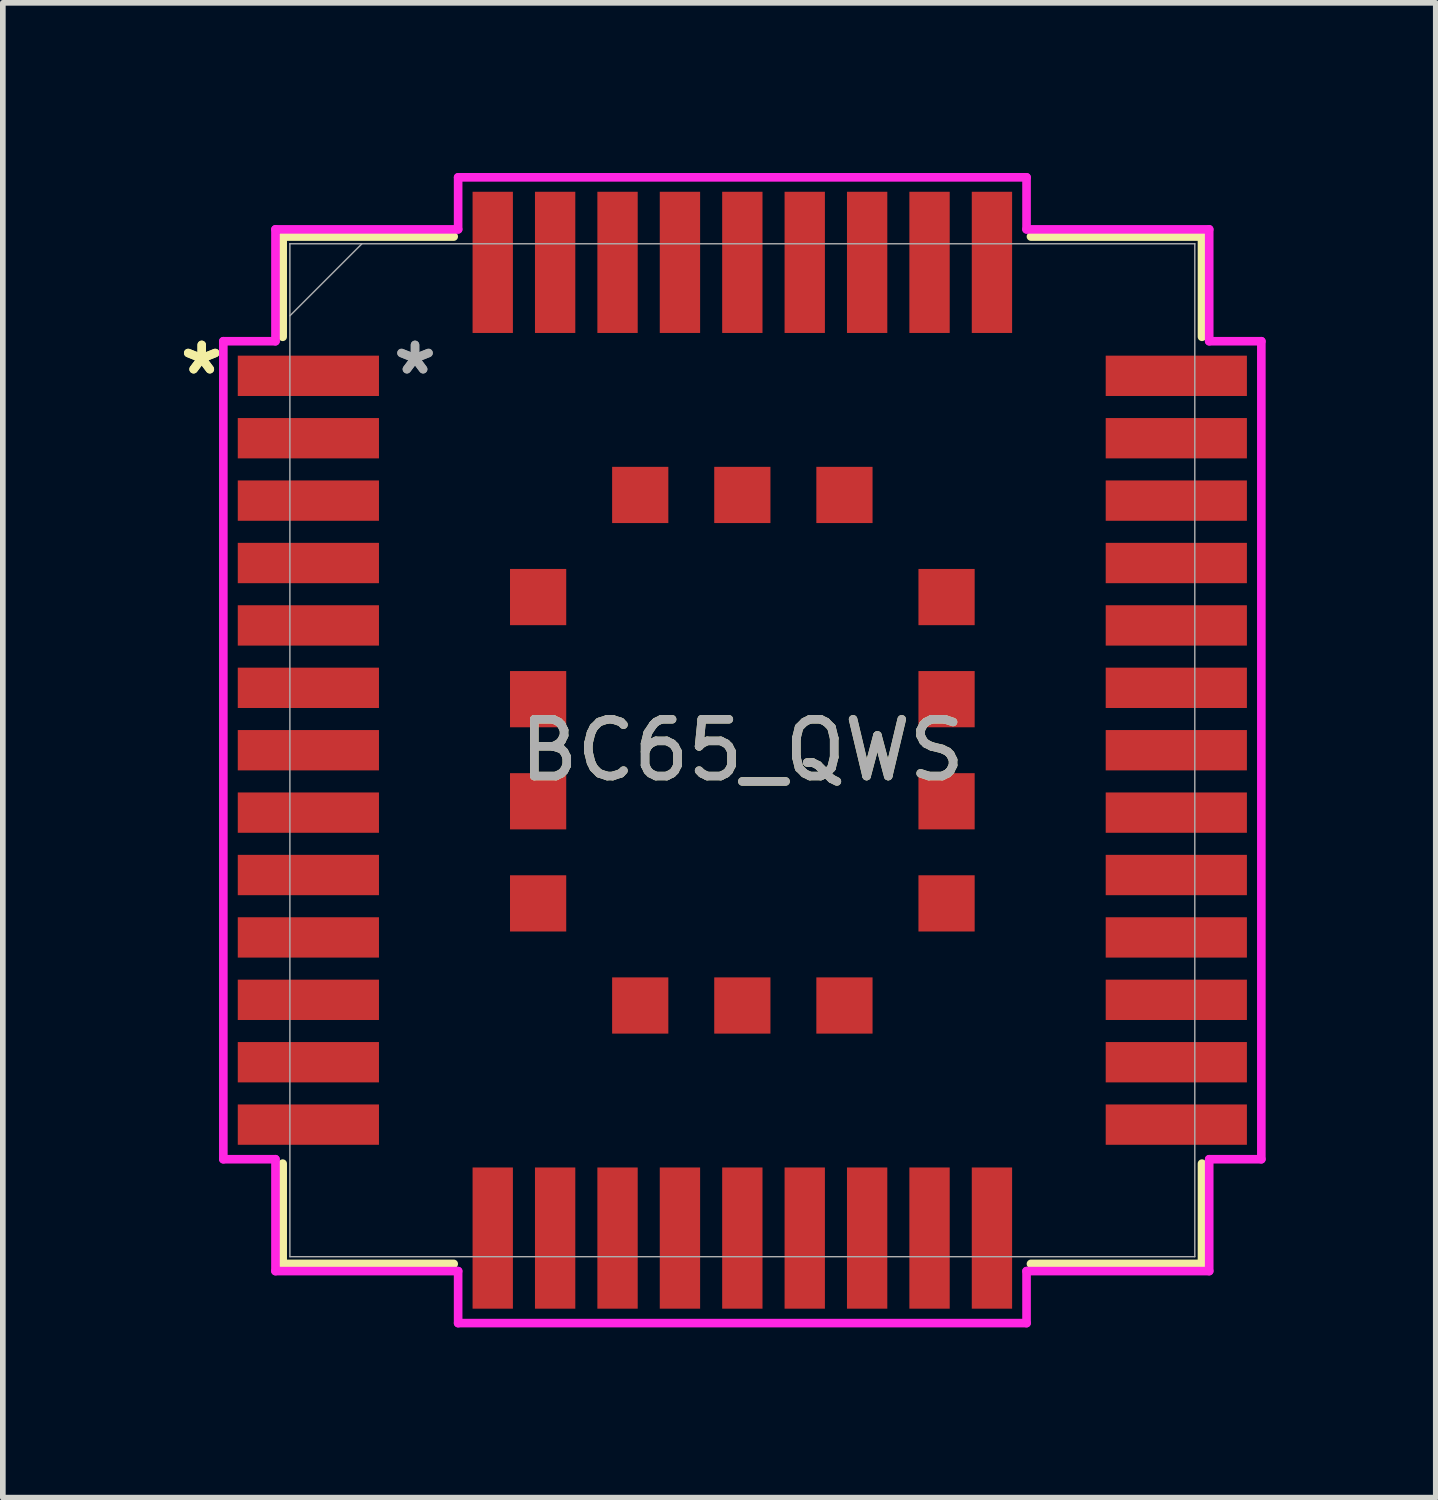
<source format=kicad_pcb>
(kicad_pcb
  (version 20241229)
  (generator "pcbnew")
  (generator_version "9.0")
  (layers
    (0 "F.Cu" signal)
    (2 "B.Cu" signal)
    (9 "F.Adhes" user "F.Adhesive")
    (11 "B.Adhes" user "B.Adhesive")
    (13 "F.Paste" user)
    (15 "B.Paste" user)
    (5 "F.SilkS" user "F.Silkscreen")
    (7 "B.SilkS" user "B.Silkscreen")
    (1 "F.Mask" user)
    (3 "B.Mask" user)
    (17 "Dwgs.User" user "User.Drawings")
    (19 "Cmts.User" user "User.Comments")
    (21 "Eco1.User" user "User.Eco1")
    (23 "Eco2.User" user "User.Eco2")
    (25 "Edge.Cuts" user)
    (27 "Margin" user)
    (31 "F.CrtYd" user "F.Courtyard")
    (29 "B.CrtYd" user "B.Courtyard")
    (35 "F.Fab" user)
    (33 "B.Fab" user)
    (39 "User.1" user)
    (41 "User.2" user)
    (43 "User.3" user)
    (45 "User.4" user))
  (footprint "BC65_QWS"
    (layer "F.Cu")
    (at 10.036 10.175)
    (property "Reference" "BC65_QWS" (at 0 0 0) (unlocked yes) (layer "F.SilkS") (effects (font (size 1 1) (thickness 0.15))))
    (attr smd)
    (fp_line (start -8.103 -9.055) (end -8.103 -7.288) (stroke (width 0.152) (type solid)) (layer "F.SilkS"))
    (fp_line (start -8.103 7.288) (end -8.103 9.055) (stroke (width 0.152) (type solid)) (layer "F.SilkS"))
    (fp_line (start -8.103 9.055) (end -5.088 9.055) (stroke (width 0.152) (type solid)) (layer "F.SilkS"))
    (fp_line (start -5.088 -9.055) (end -8.103 -9.055) (stroke (width 0.152) (type solid)) (layer "F.SilkS"))
    (fp_line (start 5.088 9.055) (end 8.103 9.055) (stroke (width 0.152) (type solid)) (layer "F.SilkS"))
    (fp_line (start 8.103 -9.055) (end 5.088 -9.055) (stroke (width 0.152) (type solid)) (layer "F.SilkS"))
    (fp_line (start 8.103 -7.288) (end 8.103 -9.055) (stroke (width 0.152) (type solid)) (layer "F.SilkS"))
    (fp_line (start 8.103 9.055) (end 8.103 7.288) (stroke (width 0.152) (type solid)) (layer "F.SilkS"))
    (fp_line (start -9.149 -7.21) (end -8.23 -7.21) (stroke (width 0.152) (type solid)) (layer "F.CrtYd"))
    (fp_line (start -9.149 7.21) (end -9.149 -7.21) (stroke (width 0.152) (type solid)) (layer "F.CrtYd"))
    (fp_line (start -8.23 -9.182) (end -5.01 -9.182) (stroke (width 0.152) (type solid)) (layer "F.CrtYd"))
    (fp_line (start -8.23 -7.21) (end -8.23 -9.182) (stroke (width 0.152) (type solid)) (layer "F.CrtYd"))
    (fp_line (start -8.23 7.21) (end -9.149 7.21) (stroke (width 0.152) (type solid)) (layer "F.CrtYd"))
    (fp_line (start -8.23 9.182) (end -8.23 7.21) (stroke (width 0.152) (type solid)) (layer "F.CrtYd"))
    (fp_line (start -5.01 -10.099) (end 5.01 -10.099) (stroke (width 0.152) (type solid)) (layer "F.CrtYd"))
    (fp_line (start -5.01 -9.182) (end -5.01 -10.099) (stroke (width 0.152) (type solid)) (layer "F.CrtYd"))
    (fp_line (start -5.01 9.182) (end -8.23 9.182) (stroke (width 0.152) (type solid)) (layer "F.CrtYd"))
    (fp_line (start -5.01 10.099) (end -5.01 9.182) (stroke (width 0.152) (type solid)) (layer "F.CrtYd"))
    (fp_line (start 5.01 -10.099) (end 5.01 -9.182) (stroke (width 0.152) (type solid)) (layer "F.CrtYd"))
    (fp_line (start 5.01 -9.182) (end 8.23 -9.182) (stroke (width 0.152) (type solid)) (layer "F.CrtYd"))
    (fp_line (start 5.01 9.182) (end 5.01 10.099) (stroke (width 0.152) (type solid)) (layer "F.CrtYd"))
    (fp_line (start 5.01 10.099) (end -5.01 10.099) (stroke (width 0.152) (type solid)) (layer "F.CrtYd"))
    (fp_line (start 8.23 -9.182) (end 8.23 -7.21) (stroke (width 0.152) (type solid)) (layer "F.CrtYd"))
    (fp_line (start 8.23 -7.21) (end 9.149 -7.21) (stroke (width 0.152) (type solid)) (layer "F.CrtYd"))
    (fp_line (start 8.23 7.21) (end 8.23 9.182) (stroke (width 0.152) (type solid)) (layer "F.CrtYd"))
    (fp_line (start 8.23 9.182) (end 5.01 9.182) (stroke (width 0.152) (type solid)) (layer "F.CrtYd"))
    (fp_line (start 9.149 -7.21) (end 9.149 7.21) (stroke (width 0.152) (type solid)) (layer "F.CrtYd"))
    (fp_line (start 9.149 7.21) (end 8.23 7.21) (stroke (width 0.152) (type solid)) (layer "F.CrtYd"))
    (fp_line (start -7.976 -8.928) (end -7.976 8.928) (stroke (width 0.025) (type solid)) (layer "F.Fab"))
    (fp_line (start -7.976 -7.658) (end -6.706 -8.928) (stroke (width 0.025) (type solid)) (layer "F.Fab"))
    (fp_line (start -7.976 8.928) (end 7.976 8.928) (stroke (width 0.025) (type solid)) (layer "F.Fab"))
    (fp_line (start 7.976 -8.928) (end -7.976 -8.928) (stroke (width 0.025) (type solid)) (layer "F.Fab"))
    (fp_line (start 7.976 8.928) (end 7.976 -8.928) (stroke (width 0.025) (type solid)) (layer "F.Fab"))
    (fp_text user "*" (at -9.53 -6.6 0) (layer "F.SilkS") (effects (font (size 1 1) (thickness 0.15))))
    (fp_text user "*" (at -9.53 -6.6 0) (unlocked yes) (layer "F.SilkS") (effects (font (size 1 1) (thickness 0.15))))
    (fp_text user "*" (at -5.77 -6.6 0) (unlocked yes) (layer "F.Fab") (effects (font (size 1 1) (thickness 0.15))))
    (fp_text user "*" (at -5.77 -6.6 0) (layer "F.Fab") (effects (font (size 1 1) (thickness 0.15))))
    (fp_text user "${REFERENCE}" (at 0 0 0) (unlocked yes) (layer "F.Fab") (effects (font (size 1 1) (thickness 0.15))))
    (pad "1" smd rect (at -7.65 -6.6) (size 2.489 0.711) (layers "F.Cu" "F.Mask" "F.Paste"))
    (pad "2" smd rect (at -7.65 -5.5) (size 2.489 0.711) (layers "F.Cu" "F.Mask" "F.Paste"))
    (pad "3" smd rect (at -7.65 -4.4) (size 2.489 0.711) (layers "F.Cu" "F.Mask" "F.Paste"))
    (pad "4" smd rect (at -7.65 -3.3) (size 2.489 0.711) (layers "F.Cu" "F.Mask" "F.Paste"))
    (pad "5" smd rect (at -7.65 -2.2) (size 2.489 0.711) (layers "F.Cu" "F.Mask" "F.Paste"))
    (pad "6" smd rect (at -7.65 -1.1) (size 2.489 0.711) (layers "F.Cu" "F.Mask" "F.Paste"))
    (pad "7" smd rect (at -7.65 0) (size 2.489 0.711) (layers "F.Cu" "F.Mask" "F.Paste"))
    (pad "8" smd rect (at -7.65 1.1) (size 2.489 0.711) (layers "F.Cu" "F.Mask" "F.Paste"))
    (pad "9" smd rect (at -7.65 2.2) (size 2.489 0.711) (layers "F.Cu" "F.Mask" "F.Paste"))
    (pad "10" smd rect (at -7.65 3.3) (size 2.489 0.711) (layers "F.Cu" "F.Mask" "F.Paste"))
    (pad "11" smd rect (at -7.65 4.4) (size 2.489 0.711) (layers "F.Cu" "F.Mask" "F.Paste"))
    (pad "12" smd rect (at -7.65 5.5) (size 2.489 0.711) (layers "F.Cu" "F.Mask" "F.Paste"))
    (pad "13" smd rect (at -7.65 6.6) (size 2.489 0.711) (layers "F.Cu" "F.Mask" "F.Paste"))
    (pad "14" smd rect (at -4.4 8.6 90) (size 2.489 0.711) (layers "F.Cu" "F.Mask" "F.Paste"))
    (pad "15" smd rect (at -3.3 8.6 90) (size 2.489 0.711) (layers "F.Cu" "F.Mask" "F.Paste"))
    (pad "16" smd rect (at -2.2 8.6 90) (size 2.489 0.711) (layers "F.Cu" "F.Mask" "F.Paste"))
    (pad "17" smd rect (at -1.1 8.6 90) (size 2.489 0.711) (layers "F.Cu" "F.Mask" "F.Paste"))
    (pad "18" smd rect (at 0 8.6 90) (size 2.489 0.711) (layers "F.Cu" "F.Mask" "F.Paste"))
    (pad "19" smd rect (at 1.1 8.6 90) (size 2.489 0.711) (layers "F.Cu" "F.Mask" "F.Paste"))
    (pad "20" smd rect (at 2.2 8.6 90) (size 2.489 0.711) (layers "F.Cu" "F.Mask" "F.Paste"))
    (pad "21" smd rect (at 3.3 8.6 90) (size 2.489 0.711) (layers "F.Cu" "F.Mask" "F.Paste"))
    (pad "22" smd rect (at 4.4 8.6 90) (size 2.489 0.711) (layers "F.Cu" "F.Mask" "F.Paste"))
    (pad "23" smd rect (at 7.65 6.6) (size 2.489 0.711) (layers "F.Cu" "F.Mask" "F.Paste"))
    (pad "24" smd rect (at 7.65 5.5) (size 2.489 0.711) (layers "F.Cu" "F.Mask" "F.Paste"))
    (pad "25" smd rect (at 7.65 4.4) (size 2.489 0.711) (layers "F.Cu" "F.Mask" "F.Paste"))
    (pad "26" smd rect (at 7.65 3.3) (size 2.489 0.711) (layers "F.Cu" "F.Mask" "F.Paste"))
    (pad "27" smd rect (at 7.65 2.2) (size 2.489 0.711) (layers "F.Cu" "F.Mask" "F.Paste"))
    (pad "28" smd rect (at 7.65 1.1) (size 2.489 0.711) (layers "F.Cu" "F.Mask" "F.Paste"))
    (pad "29" smd rect (at 7.65 0) (size 2.489 0.711) (layers "F.Cu" "F.Mask" "F.Paste"))
    (pad "30" smd rect (at 7.65 -1.1) (size 2.489 0.711) (layers "F.Cu" "F.Mask" "F.Paste"))
    (pad "31" smd rect (at 7.65 -2.2) (size 2.489 0.711) (layers "F.Cu" "F.Mask" "F.Paste"))
    (pad "32" smd rect (at 7.65 -3.3) (size 2.489 0.711) (layers "F.Cu" "F.Mask" "F.Paste"))
    (pad "33" smd rect (at 7.65 -4.4) (size 2.489 0.711) (layers "F.Cu" "F.Mask" "F.Paste"))
    (pad "34" smd rect (at 7.65 -5.5) (size 2.489 0.711) (layers "F.Cu" "F.Mask" "F.Paste"))
    (pad "35" smd rect (at 7.65 -6.6) (size 2.489 0.711) (layers "F.Cu" "F.Mask" "F.Paste"))
    (pad "36" smd rect (at 4.4 -8.6 90) (size 2.489 0.711) (layers "F.Cu" "F.Mask" "F.Paste"))
    (pad "37" smd rect (at 3.3 -8.6 90) (size 2.489 0.711) (layers "F.Cu" "F.Mask" "F.Paste"))
    (pad "38" smd rect (at 2.2 -8.6 90) (size 2.489 0.711) (layers "F.Cu" "F.Mask" "F.Paste"))
    (pad "39" smd rect (at 1.1 -8.6 90) (size 2.489 0.711) (layers "F.Cu" "F.Mask" "F.Paste"))
    (pad "40" smd rect (at 0 -8.6 90) (size 2.489 0.711) (layers "F.Cu" "F.Mask" "F.Paste"))
    (pad "41" smd rect (at -1.1 -8.6 90) (size 2.489 0.711) (layers "F.Cu" "F.Mask" "F.Paste"))
    (pad "42" smd rect (at -2.2 -8.6 90) (size 2.489 0.711) (layers "F.Cu" "F.Mask" "F.Paste"))
    (pad "43" smd rect (at -3.3 -8.6 90) (size 2.489 0.711) (layers "F.Cu" "F.Mask" "F.Paste"))
    (pad "44" smd rect (at -4.4 -8.6 90) (size 2.489 0.711) (layers "F.Cu" "F.Mask" "F.Paste"))
    (pad "45" smd rect (at -3.6 -2.7) (size 0.991 0.991) (layers "F.Cu" "F.Mask"))
    (pad "46" smd rect (at -3.6 -0.9) (size 0.991 0.991) (layers "F.Cu" "F.Mask"))
    (pad "47" smd rect (at -3.6 0.9) (size 0.991 0.991) (layers "F.Cu" "F.Mask"))
    (pad "48" smd rect (at -3.6 2.7) (size 0.991 0.991) (layers "F.Cu" "F.Mask"))
    (pad "49" smd rect (at -1.8 4.5) (size 0.991 0.991) (layers "F.Cu" "F.Mask"))
    (pad "50" smd rect (at 0 4.5) (size 0.991 0.991) (layers "F.Cu" "F.Mask"))
    (pad "51" smd rect (at 1.8 4.5) (size 0.991 0.991) (layers "F.Cu" "F.Mask"))
    (pad "52" smd rect (at 3.6 2.7) (size 0.991 0.991) (layers "F.Cu" "F.Mask"))
    (pad "53" smd rect (at 3.6 0.9) (size 0.991 0.991) (layers "F.Cu" "F.Mask"))
    (pad "54" smd rect (at 3.6 -0.9) (size 0.991 0.991) (layers "F.Cu" "F.Mask"))
    (pad "55" smd rect (at 3.6 -2.7) (size 0.991 0.991) (layers "F.Cu" "F.Mask"))
    (pad "56" smd rect (at 1.8 -4.5) (size 0.991 0.991) (layers "F.Cu" "F.Mask"))
    (pad "57" smd rect (at 0 -4.5) (size 0.991 0.991) (layers "F.Cu" "F.Mask"))
    (pad "58" smd rect (at -1.8 -4.5) (size 0.991 0.991) (layers "F.Cu" "F.Mask")))
  (gr_rect
    (start -3 -3)
    (end 22.26 23.35)
    (stroke (width 0.1) (type default))
    (fill no)
    (layer "Edge.Cuts")))
</source>
